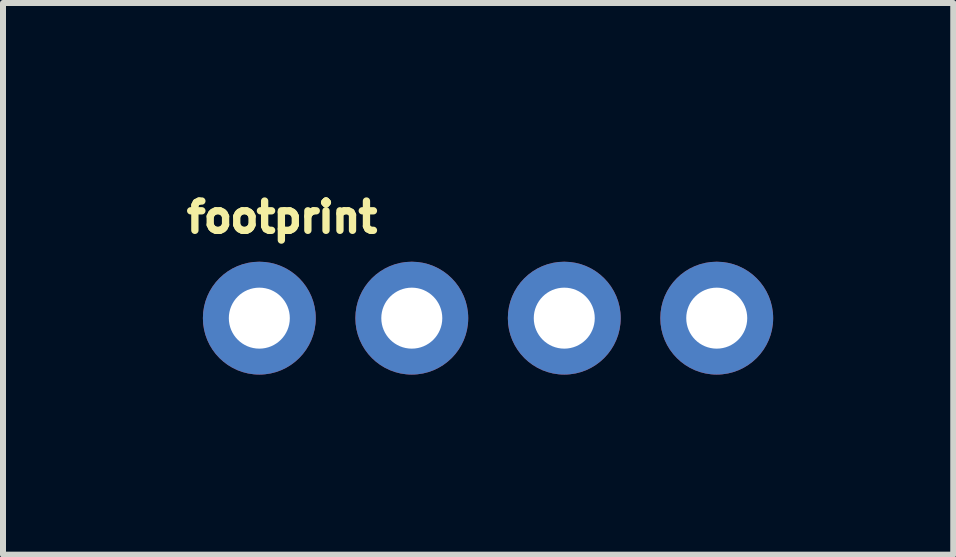
<source format=kicad_pcb>
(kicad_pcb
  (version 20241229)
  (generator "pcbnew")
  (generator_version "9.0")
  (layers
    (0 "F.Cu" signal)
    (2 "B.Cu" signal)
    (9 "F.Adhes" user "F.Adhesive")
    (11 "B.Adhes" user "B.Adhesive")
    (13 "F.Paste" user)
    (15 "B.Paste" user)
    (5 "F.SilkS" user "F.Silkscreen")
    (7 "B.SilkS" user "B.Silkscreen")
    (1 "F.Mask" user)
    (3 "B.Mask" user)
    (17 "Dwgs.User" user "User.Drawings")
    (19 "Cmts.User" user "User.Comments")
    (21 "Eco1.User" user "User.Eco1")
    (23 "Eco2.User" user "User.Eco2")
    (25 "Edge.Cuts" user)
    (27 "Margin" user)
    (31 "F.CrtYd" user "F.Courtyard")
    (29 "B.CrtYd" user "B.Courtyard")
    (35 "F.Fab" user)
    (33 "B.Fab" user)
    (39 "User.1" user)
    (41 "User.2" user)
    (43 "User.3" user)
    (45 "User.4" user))
  (footprint "footprint"
    (layer "F.Cu")
    (at 1.27 2.25)
    (property "Reference" "footprint" (at -1.27 -1.397 0) (layer "F.SilkS") (effects (font (size 0.488 0.488) (thickness 0.122)) (justify left bottom)))
    (fp_poly (pts (xy -0.254 0.254) (xy 0.254 0.254) (xy 0.254 -0.254) (xy -0.254 -0.254)) (stroke (width 0.1) (type solid)) (fill no) (layer "F.Fab"))
    (fp_poly (pts (xy 2.286 0.254) (xy 2.794 0.254) (xy 2.794 -0.254) (xy 2.286 -0.254)) (stroke (width 0.1) (type solid)) (fill no) (layer "F.Fab"))
    (fp_poly (pts (xy 4.826 0.254) (xy 5.334 0.254) (xy 5.334 -0.254) (xy 4.826 -0.254)) (stroke (width 0.1) (type solid)) (fill no) (layer "F.Fab"))
    (fp_poly (pts (xy 7.366 0.254) (xy 7.874 0.254) (xy 7.874 -0.254) (xy 7.366 -0.254)) (stroke (width 0.1) (type solid)) (fill no) (layer "F.Fab"))
    (pad "1" thru_hole circle (at 0 0 90) (size 1.88 1.88) (drill 1.016) (layers "*.Cu" "*.Mask"))
    (pad "2" thru_hole circle (at 2.54 0 90) (size 1.88 1.88) (drill 1.016) (layers "*.Cu" "*.Mask"))
    (pad "3" thru_hole circle (at 5.08 0 90) (size 1.88 1.88) (drill 1.016) (layers "*.Cu" "*.Mask"))
    (pad "4" thru_hole circle (at 7.62 0 90) (size 1.88 1.88) (drill 1.016) (layers "*.Cu" "*.Mask")))
  (gr_rect
    (start -3 -3)
    (end 12.83 6.19)
    (stroke (width 0.1) (type default))
    (fill no)
    (layer "Edge.Cuts")))
</source>
